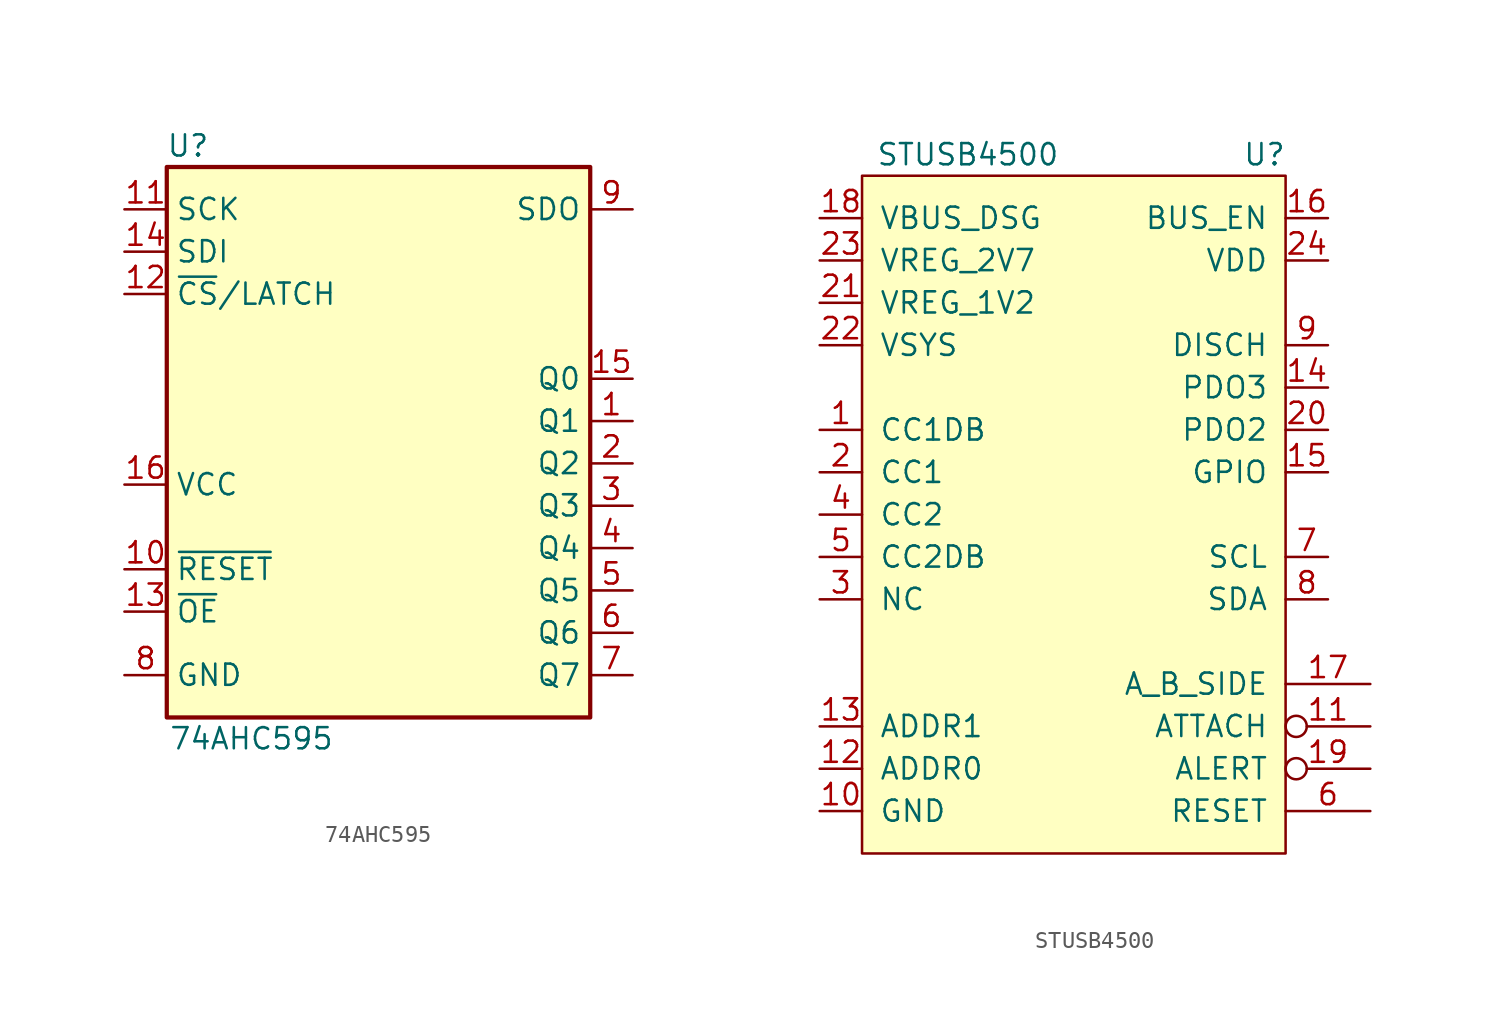
<source format=kicad_sym>
(kicad_symbol_lib
  (version 20220914)
  (generator kicad_symbol_editor)
  (symbol "74AHC595"
    (property "Reference" "U"
      (at -11.43 17.78 0)
      (effects (font (size 1.27 1.27))))
    (property "Value" "74AHC595"
      (at -7.62 -17.78 0)
      (effects (font (size 1.27 1.27))))
    (symbol "74AHC595_1_0"
      (pin tri_state line (at 15.24 1.27 180) (length 2.54) (name "Q1" (effects (font (size 1.27 1.27)))) (number "1" (effects (font (size 1.27 1.27)))))
      (pin input line (at -15.24 -7.62 0) (length 2.54) (name "~{RESET}" (effects (font (size 1.27 1.27)))) (number "10" (effects (font (size 1.27 1.27)))))
      (pin input line (at -15.24 13.97 0) (length 2.54) (name "SCK" (effects (font (size 1.27 1.27)))) (number "11" (effects (font (size 1.27 1.27)))))
      (pin input line (at -15.24 8.89 0) (length 2.54) (name "~{CS}/LATCH" (effects (font (size 1.27 1.27)))) (number "12" (effects (font (size 1.27 1.27)))))
      (pin input line (at -15.24 -10.16 0) (length 2.54) (name "~{OE}" (effects (font (size 1.27 1.27)))) (number "13" (effects (font (size 1.27 1.27)))))
      (pin input line (at -15.24 11.43 0) (length 2.54) (name "SDI" (effects (font (size 1.27 1.27)))) (number "14" (effects (font (size 1.27 1.27)))))
      (pin tri_state line (at 15.24 3.81 180) (length 2.54) (name "Q0" (effects (font (size 1.27 1.27)))) (number "15" (effects (font (size 1.27 1.27)))))
      (pin power_in line (at -15.24 -2.54 0) (length 2.54) (name "VCC" (effects (font (size 1.27 1.27)))) (number "16" (effects (font (size 1.27 1.27)))))
      (pin tri_state line (at 15.24 -1.27 180) (length 2.54) (name "Q2" (effects (font (size 1.27 1.27)))) (number "2" (effects (font (size 1.27 1.27)))))
      (pin tri_state line (at 15.24 -3.81 180) (length 2.54) (name "Q3" (effects (font (size 1.27 1.27)))) (number "3" (effects (font (size 1.27 1.27)))))
      (pin tri_state line (at 15.24 -6.35 180) (length 2.54) (name "Q4" (effects (font (size 1.27 1.27)))) (number "4" (effects (font (size 1.27 1.27)))))
      (pin tri_state line (at 15.24 -8.89 180) (length 2.54) (name "Q5" (effects (font (size 1.27 1.27)))) (number "5" (effects (font (size 1.27 1.27)))))
      (pin tri_state line (at 15.24 -11.43 180) (length 2.54) (name "Q6" (effects (font (size 1.27 1.27)))) (number "6" (effects (font (size 1.27 1.27)))))
      (pin tri_state line (at 15.24 -13.97 180) (length 2.54) (name "Q7" (effects (font (size 1.27 1.27)))) (number "7" (effects (font (size 1.27 1.27)))))
      (pin power_in line (at -15.24 -13.97 0) (length 2.54) (name "GND" (effects (font (size 1.27 1.27)))) (number "8" (effects (font (size 1.27 1.27)))))
      (pin output line (at 15.24 13.97 180) (length 2.54) (name "SDO" (effects (font (size 1.27 1.27)))) (number "9" (effects (font (size 1.27 1.27))))))
    (symbol "74AHC595_1_1"
      (rectangle (start -12.7 16.51) (end 12.7 -16.51) (stroke (width 0.254) (type default)) (fill (type background)))))
  (symbol "STUSB4500"
    (pin_names
      (offset 1.016))
    (property "Reference" "U"
      (at 11.43 21.59 0)
      (effects (font (size 1.27 1.27))))
    (property "Value" "STUSB4500"
      (at -6.35 21.59 0)
      (effects (font (size 1.27 1.27))))
    (symbol "STUSB4500_0_1"
      (rectangle (start 12.7 20.32) (end -12.7 -20.32) (stroke (width 0) (type solid)) (fill (type background))))
    (symbol "STUSB4500_1_1"
      (pin passive line (at -15.24 5.08 0) (length 2.54) (name "CC1DB" (effects (font (size 1.27 1.27)))) (number "1" (effects (font (size 1.27 1.27)))))
      (pin power_out line (at -15.24 -17.78 0) (length 2.54) (name "GND" (effects (font (size 1.27 1.27)))) (number "10" (effects (font (size 1.27 1.27)))))
      (pin open_collector inverted (at 17.78 -12.7 180) (length 5.08) (name "ATTACH" (effects (font (size 1.27 1.27)))) (number "11" (effects (font (size 1.27 1.27)))))
      (pin input line (at -15.24 -15.24 0) (length 2.54) (name "ADDR0" (effects (font (size 1.27 1.27)))) (number "12" (effects (font (size 1.27 1.27)))))
      (pin input line (at -15.24 -12.7 0) (length 2.54) (name "ADDR1" (effects (font (size 1.27 1.27)))) (number "13" (effects (font (size 1.27 1.27)))))
      (pin open_collector line (at 15.24 7.62 180) (length 2.54) (name "PDO3" (effects (font (size 1.27 1.27)))) (number "14" (effects (font (size 1.27 1.27)))))
      (pin open_collector line (at 15.24 2.54 180) (length 2.54) (name "GPIO" (effects (font (size 1.27 1.27)))) (number "15" (effects (font (size 1.27 1.27)))))
      (pin open_collector line (at 15.24 17.78 180) (length 2.54) (name "BUS_EN" (effects (font (size 1.27 1.27)))) (number "16" (effects (font (size 1.27 1.27)))))
      (pin open_collector line (at 17.78 -10.16 180) (length 5.08) (name "A_B_SIDE" (effects (font (size 1.27 1.27)))) (number "17" (effects (font (size 1.27 1.27)))))
      (pin open_collector line (at -15.24 17.78 0) (length 2.54) (name "VBUS_DSG" (effects (font (size 1.27 1.27)))) (number "18" (effects (font (size 1.27 1.27)))))
      (pin open_collector inverted (at 17.78 -15.24 180) (length 5.08) (name "ALERT" (effects (font (size 1.27 1.27)))) (number "19" (effects (font (size 1.27 1.27)))))
      (pin bidirectional line (at -15.24 2.54 0) (length 2.54) (name "CC1" (effects (font (size 1.27 1.27)))) (number "2" (effects (font (size 1.27 1.27)))))
      (pin open_collector line (at 15.24 5.08 180) (length 2.54) (name "PDO2" (effects (font (size 1.27 1.27)))) (number "20" (effects (font (size 1.27 1.27)))))
      (pin passive line (at -15.24 12.7 0) (length 2.54) (name "VREG_1V2" (effects (font (size 1.27 1.27)))) (number "21" (effects (font (size 1.27 1.27)))))
      (pin power_in line (at -15.24 10.16 0) (length 2.54) (name "VSYS" (effects (font (size 1.27 1.27)))) (number "22" (effects (font (size 1.27 1.27)))))
      (pin passive line (at -15.24 15.24 0) (length 2.54) (name "VREG_2V7" (effects (font (size 1.27 1.27)))) (number "23" (effects (font (size 1.27 1.27)))))
      (pin power_in line (at 15.24 15.24 180) (length 2.54) (name "VDD" (effects (font (size 1.27 1.27)))) (number "24" (effects (font (size 1.27 1.27)))))
      (pin passive line (at -15.24 -17.78 0) (length 2.54) hide (name "EP" (effects (font (size 1.27 1.27)))) (number "25" (effects (font (size 1.27 1.27)))))
      (pin passive line (at -15.24 -5.08 0) (length 2.54) (name "NC" (effects (font (size 1.27 1.27)))) (number "3" (effects (font (size 1.27 1.27)))))
      (pin bidirectional line (at -15.24 0 0) (length 2.54) (name "CC2" (effects (font (size 1.27 1.27)))) (number "4" (effects (font (size 1.27 1.27)))))
      (pin passive line (at -15.24 -2.54 0) (length 2.54) (name "CC2DB" (effects (font (size 1.27 1.27)))) (number "5" (effects (font (size 1.27 1.27)))))
      (pin input line (at 17.78 -17.78 180) (length 5.08) (name "RESET" (effects (font (size 1.27 1.27)))) (number "6" (effects (font (size 1.27 1.27)))))
      (pin input line (at 15.24 -2.54 180) (length 2.54) (name "SCL" (effects (font (size 1.27 1.27)))) (number "7" (effects (font (size 1.27 1.27)))))
      (pin bidirectional line (at 15.24 -5.08 180) (length 2.54) (name "SDA" (effects (font (size 1.27 1.27)))) (number "8" (effects (font (size 1.27 1.27)))))
      (pin open_collector line (at 15.24 10.16 180) (length 2.54) (name "DISCH" (effects (font (size 1.27 1.27)))) (number "9" (effects (font (size 1.27 1.27))))))))
</source>
